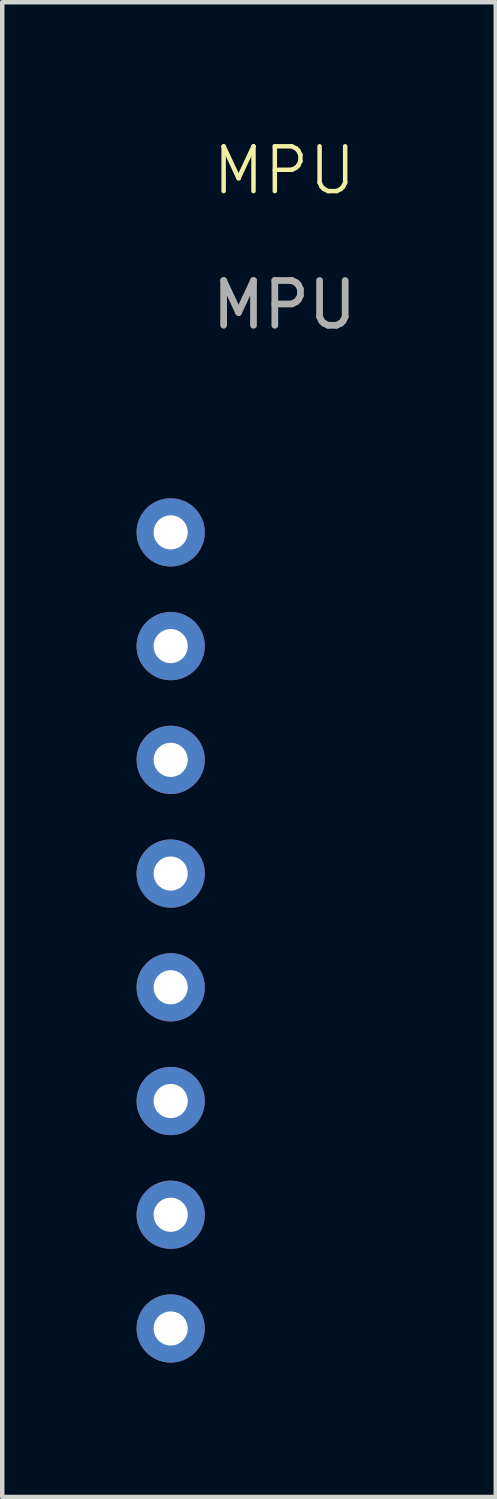
<source format=kicad_pcb>
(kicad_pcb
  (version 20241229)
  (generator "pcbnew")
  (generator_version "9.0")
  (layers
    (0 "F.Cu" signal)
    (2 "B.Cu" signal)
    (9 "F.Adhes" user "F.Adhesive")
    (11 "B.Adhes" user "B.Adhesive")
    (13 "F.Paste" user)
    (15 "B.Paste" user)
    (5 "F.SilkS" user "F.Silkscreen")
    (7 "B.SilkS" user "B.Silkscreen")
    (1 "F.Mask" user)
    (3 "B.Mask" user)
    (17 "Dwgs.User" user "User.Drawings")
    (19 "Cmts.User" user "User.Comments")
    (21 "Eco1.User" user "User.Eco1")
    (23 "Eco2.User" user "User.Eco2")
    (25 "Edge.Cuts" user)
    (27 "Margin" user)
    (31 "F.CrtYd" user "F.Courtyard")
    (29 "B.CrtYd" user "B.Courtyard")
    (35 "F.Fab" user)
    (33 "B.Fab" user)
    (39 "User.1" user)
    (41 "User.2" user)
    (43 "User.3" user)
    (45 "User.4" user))
  (footprint "MPU"
    (layer "F.Cu")
    (at 3.302 16.46)
    (property "Reference" "MPU" (at 0 -15.7 0) (unlocked yes) (layer "F.SilkS") (effects (font (size 1 1) (thickness 0.1))))
    (attr through_hole)
    (fp_text user "${REFERENCE}" (at 0 -12.7 0) (unlocked yes) (layer "F.Fab") (effects (font (size 1 1) (thickness 0.15))))
    (pad "1" thru_hole circle (at -2.54 -7.62) (size 1.524 1.524) (drill 0.762) (layers "*.Cu" "*.Mask"))
    (pad "2" thru_hole circle (at -2.54 -5.08) (size 1.524 1.524) (drill 0.762) (layers "*.Cu" "*.Mask"))
    (pad "3" thru_hole circle (at -2.54 -2.54) (size 1.524 1.524) (drill 0.762) (layers "*.Cu" "*.Mask"))
    (pad "4" thru_hole circle (at -2.54 0) (size 1.524 1.524) (drill 0.762) (layers "*.Cu" "*.Mask"))
    (pad "5" thru_hole circle (at -2.54 2.54) (size 1.524 1.524) (drill 0.762) (layers "*.Cu" "*.Mask"))
    (pad "6" thru_hole circle (at -2.54 5.08) (size 1.524 1.524) (drill 0.762) (layers "*.Cu" "*.Mask"))
    (pad "7" thru_hole circle (at -2.54 7.62) (size 1.524 1.524) (drill 0.762) (layers "*.Cu" "*.Mask"))
    (pad "8" thru_hole circle (at -2.54 10.16) (size 1.524 1.524) (drill 0.762) (layers "*.Cu" "*.Mask")))
  (gr_rect
    (start -3 -3)
    (end 8.022 30.383)
    (stroke (width 0.1) (type default))
    (fill no)
    (layer "Edge.Cuts")))
</source>
